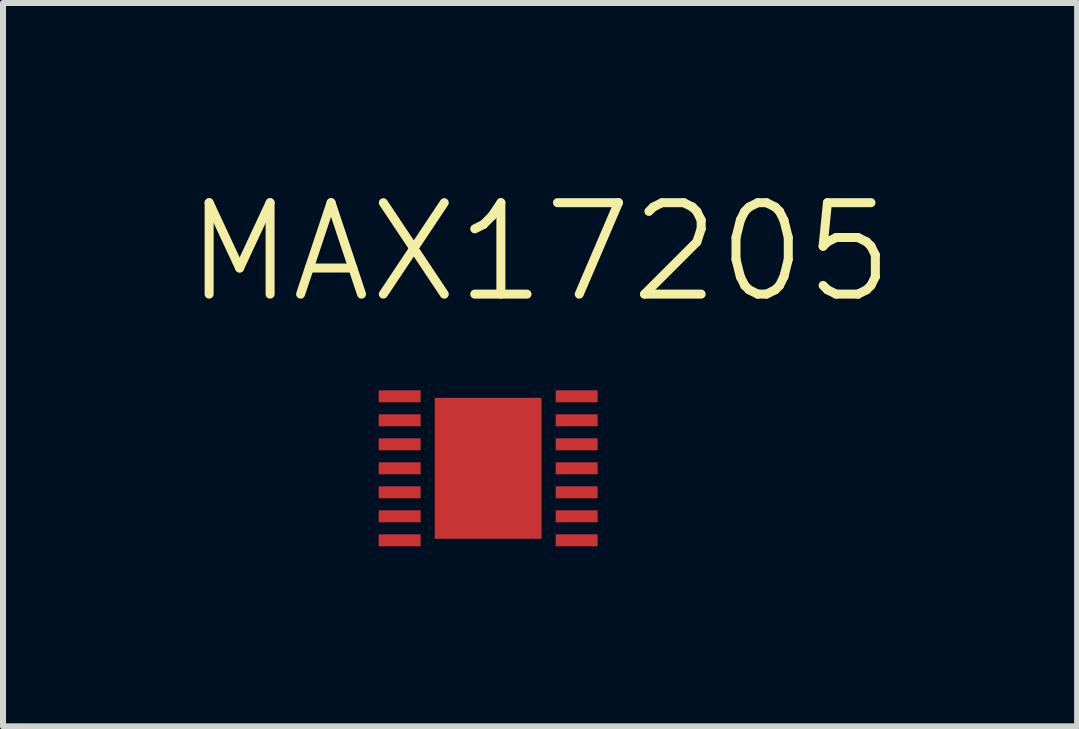
<source format=kicad_pcb>
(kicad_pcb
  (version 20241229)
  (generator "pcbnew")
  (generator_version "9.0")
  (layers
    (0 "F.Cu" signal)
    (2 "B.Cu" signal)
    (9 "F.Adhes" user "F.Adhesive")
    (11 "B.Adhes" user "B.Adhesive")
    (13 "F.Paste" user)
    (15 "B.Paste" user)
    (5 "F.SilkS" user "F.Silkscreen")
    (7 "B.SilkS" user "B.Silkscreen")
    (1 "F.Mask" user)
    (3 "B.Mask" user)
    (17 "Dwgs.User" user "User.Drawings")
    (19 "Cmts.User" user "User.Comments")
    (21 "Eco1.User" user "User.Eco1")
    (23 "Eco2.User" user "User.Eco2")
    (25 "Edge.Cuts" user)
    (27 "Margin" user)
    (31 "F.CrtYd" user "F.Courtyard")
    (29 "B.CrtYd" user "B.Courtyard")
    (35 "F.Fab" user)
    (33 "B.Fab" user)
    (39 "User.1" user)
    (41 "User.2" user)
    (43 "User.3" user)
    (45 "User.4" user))
  (footprint "MAX17205"
    (layer "F.Cu")
    (at 3.611 3.555)
    (property "Reference" "MAX17205" (at 2.34 -2.4 0) (layer "F.SilkS") (effects (font (size 1.524 1.524) (thickness 0.15))))
    (attr through_hole)
    (pad "1" smd rect (at 0 0) (size 0.7 0.2) (layers "F.Cu" "F.Mask" "F.Paste"))
    (pad "2" smd rect (at 0 0.4) (size 0.7 0.2) (layers "F.Cu" "F.Mask" "F.Paste"))
    (pad "3" smd rect (at 0 0.8) (size 0.7 0.2) (layers "F.Cu" "F.Mask" "F.Paste"))
    (pad "4" smd rect (at 0 1.2) (size 0.7 0.2) (layers "F.Cu" "F.Mask" "F.Paste"))
    (pad "5" smd rect (at 0 1.6) (size 0.7 0.2) (layers "F.Cu" "F.Mask" "F.Paste"))
    (pad "6" smd rect (at 0 2) (size 0.7 0.2) (layers "F.Cu" "F.Mask" "F.Paste"))
    (pad "7" smd rect (at 0 2.4) (size 0.7 0.2) (layers "F.Cu" "F.Mask" "F.Paste"))
    (pad "8" smd rect (at 2.95 2.4) (size 0.7 0.2) (layers "F.Cu" "F.Mask" "F.Paste"))
    (pad "9" smd rect (at 2.95 2) (size 0.7 0.2) (layers "F.Cu" "F.Mask" "F.Paste"))
    (pad "10" smd rect (at 2.95 1.6) (size 0.7 0.2) (layers "F.Cu" "F.Mask" "F.Paste"))
    (pad "11" smd rect (at 2.95 1.2) (size 0.7 0.2) (layers "F.Cu" "F.Mask" "F.Paste"))
    (pad "12" smd rect (at 2.95 0.8) (size 0.7 0.2) (layers "F.Cu" "F.Mask" "F.Paste"))
    (pad "13" smd rect (at 2.95 0.4) (size 0.7 0.2) (layers "F.Cu" "F.Mask" "F.Paste"))
    (pad "14" smd rect (at 2.95 0) (size 0.7 0.2) (layers "F.Cu" "F.Mask" "F.Paste"))
    (pad "E" smd rect (at 1.475 1.2) (size 1.78 2.35) (layers "F.Cu" "F.Mask" "F.Paste")))
  (gr_rect
    (start -3 -3)
    (end 14.902 9.055)
    (stroke (width 0.1) (type default))
    (fill no)
    (layer "Edge.Cuts")))
</source>
